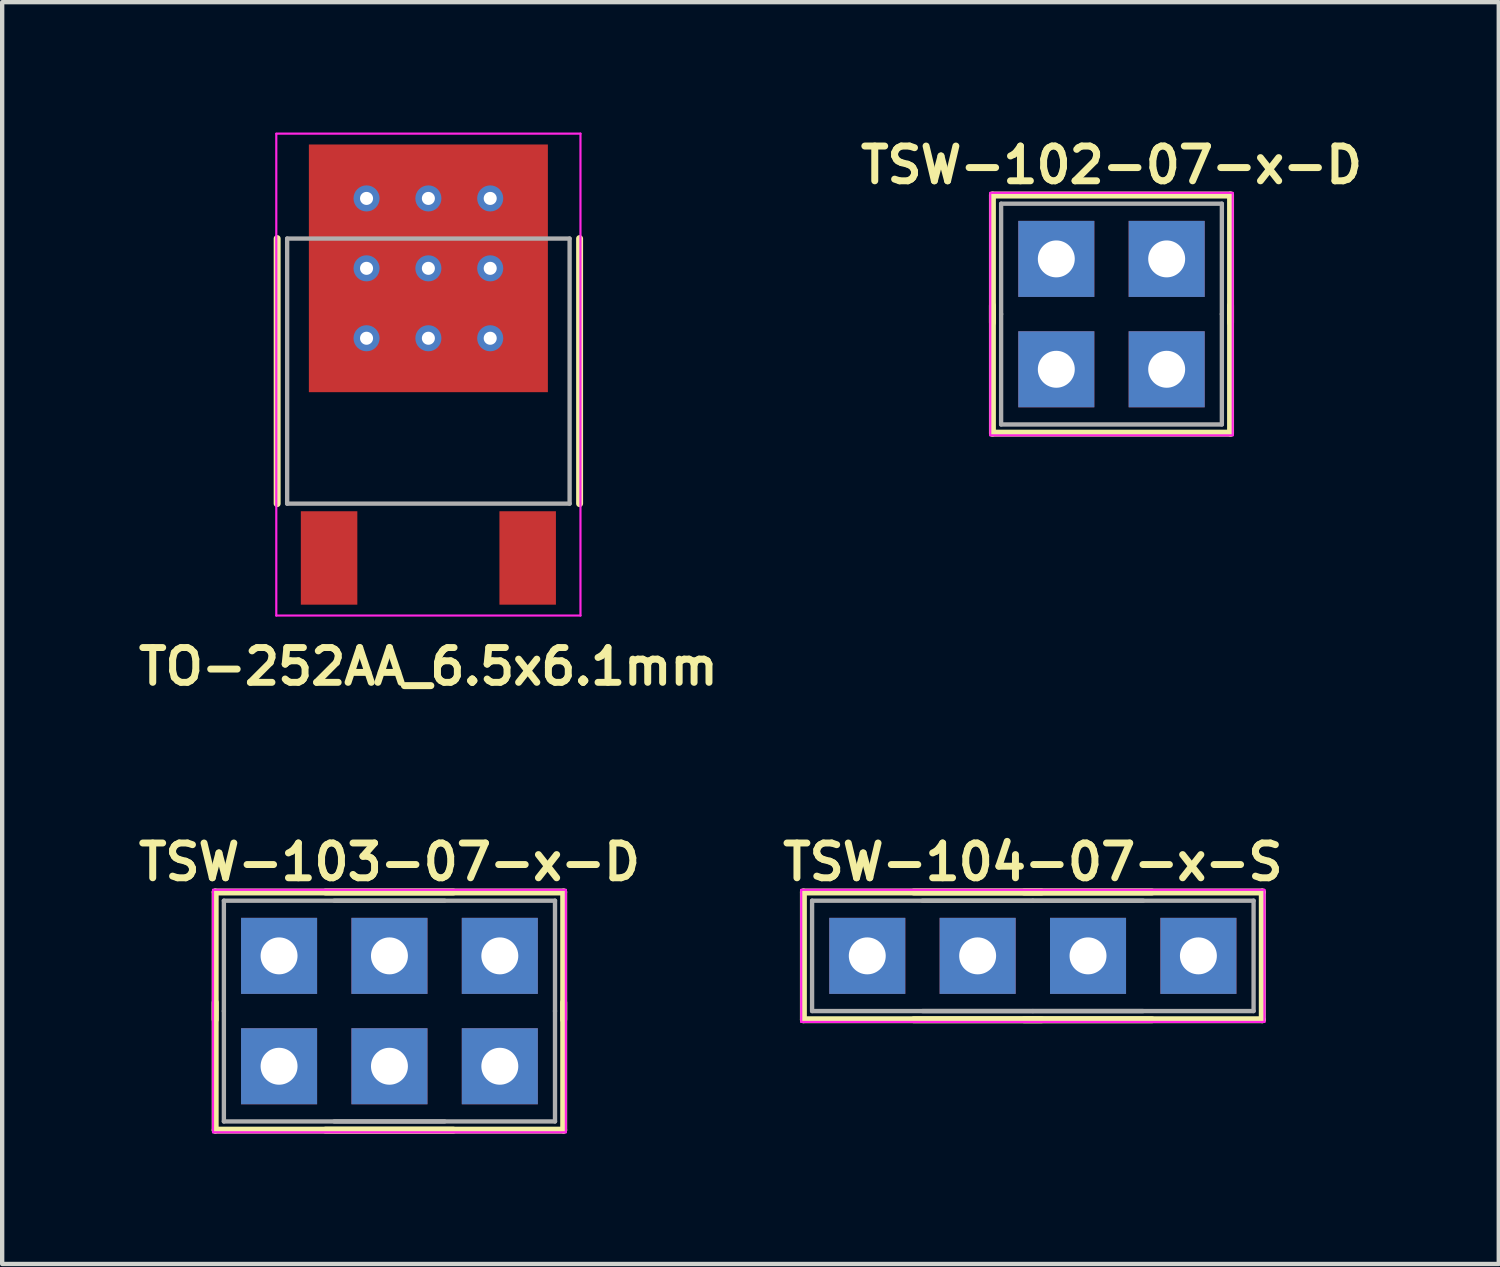
<source format=kicad_pcb>
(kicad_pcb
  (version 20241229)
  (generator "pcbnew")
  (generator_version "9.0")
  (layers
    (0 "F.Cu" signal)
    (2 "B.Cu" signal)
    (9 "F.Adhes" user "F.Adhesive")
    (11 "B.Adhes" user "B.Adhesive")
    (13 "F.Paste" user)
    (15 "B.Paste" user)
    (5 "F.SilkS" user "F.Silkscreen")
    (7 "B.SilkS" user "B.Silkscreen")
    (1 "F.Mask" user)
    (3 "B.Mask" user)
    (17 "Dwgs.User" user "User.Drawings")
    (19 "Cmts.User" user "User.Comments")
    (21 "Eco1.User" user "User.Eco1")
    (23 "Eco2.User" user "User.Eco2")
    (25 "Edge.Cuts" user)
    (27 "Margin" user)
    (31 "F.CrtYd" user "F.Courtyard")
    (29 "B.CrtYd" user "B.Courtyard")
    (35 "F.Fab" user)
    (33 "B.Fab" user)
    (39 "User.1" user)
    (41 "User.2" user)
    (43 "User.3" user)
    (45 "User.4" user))
  (footprint "TSW-103-07-x-D"
    (layer "F.Cu")
    (at 5.912 20.217)
    (property "Reference" "TSW-103-07-x-D" (at 0 -3.429 0) (layer "F.SilkS") (effects (font (size 0.8 0.8) (thickness 0.16))))
    (attr through_hole)
    (fp_line (start -4.01 -2.74) (end -4.01 0.2) (stroke (width 0.16) (type solid)) (layer "F.SilkS"))
    (fp_line (start -4.01 -2.74) (end 1.47 -2.74) (stroke (width 0.16) (type solid)) (layer "F.SilkS"))
    (fp_line (start -4.01 2.74) (end -4.01 -0.2) (stroke (width 0.16) (type solid)) (layer "F.SilkS"))
    (fp_line (start -1.47 -2.74) (end 4.01 -2.74) (stroke (width 0.16) (type solid)) (layer "F.SilkS"))
    (fp_line (start 1.47 2.74) (end -4.01 2.74) (stroke (width 0.16) (type solid)) (layer "F.SilkS"))
    (fp_line (start 4.01 -2.74) (end 4.01 0.2) (stroke (width 0.16) (type solid)) (layer "F.SilkS"))
    (fp_line (start 4.01 2.74) (end -1.47 2.74) (stroke (width 0.16) (type solid)) (layer "F.SilkS"))
    (fp_line (start 4.01 2.74) (end 4.01 -0.2) (stroke (width 0.16) (type solid)) (layer "F.SilkS"))
    (fp_line (start -4.06 -2.79) (end 4.06 -2.79) (stroke (width 0.05) (type solid)) (layer "F.CrtYd"))
    (fp_line (start -4.06 2.79) (end -4.06 -2.79) (stroke (width 0.05) (type solid)) (layer "F.CrtYd"))
    (fp_line (start 4.06 -2.79) (end 4.06 2.79) (stroke (width 0.05) (type solid)) (layer "F.CrtYd"))
    (fp_line (start 4.06 2.79) (end -4.06 2.79) (stroke (width 0.05) (type solid)) (layer "F.CrtYd"))
    (fp_line (start -3.81 -2.54) (end -3.81 0) (stroke (width 0.1) (type solid)) (layer "F.Fab"))
    (fp_line (start -3.81 -2.54) (end 1.27 -2.54) (stroke (width 0.1) (type solid)) (layer "F.Fab"))
    (fp_line (start -3.81 2.54) (end -3.81 0) (stroke (width 0.1) (type solid)) (layer "F.Fab"))
    (fp_line (start -1.27 -2.54) (end 3.81 -2.54) (stroke (width 0.1) (type solid)) (layer "F.Fab"))
    (fp_line (start 1.27 2.54) (end -3.81 2.54) (stroke (width 0.1) (type solid)) (layer "F.Fab"))
    (fp_line (start 3.81 -2.54) (end 3.81 0) (stroke (width 0.1) (type solid)) (layer "F.Fab"))
    (fp_line (start 3.81 2.54) (end -1.27 2.54) (stroke (width 0.1) (type solid)) (layer "F.Fab"))
    (fp_line (start 3.81 2.54) (end 3.81 0) (stroke (width 0.1) (type solid)) (layer "F.Fab"))
    (pad "1" thru_hole rect (at -2.54 1.27 180) (size 1.75 1.75) (drill 0.85) (layers "*.Cu" "*.Mask"))
    (pad "2" thru_hole rect (at -2.54 -1.27) (size 1.75 1.75) (drill 0.85) (layers "*.Cu" "*.Mask"))
    (pad "3" thru_hole rect (at 0 1.27 180) (size 1.75 1.75) (drill 0.85) (layers "*.Cu" "*.Mask"))
    (pad "4" thru_hole rect (at 0 -1.27) (size 1.75 1.75) (drill 0.85) (layers "*.Cu" "*.Mask"))
    (pad "5" thru_hole rect (at 2.54 1.27 180) (size 1.75 1.75) (drill 0.85) (layers "*.Cu" "*.Mask"))
    (pad "6" thru_hole rect (at 2.54 -1.27) (size 1.75 1.75) (drill 0.85) (layers "*.Cu" "*.Mask")))
  (footprint "TO-252AA_6.5x6.1mm"
    (layer "F.Cu")
    (at 6.808 9.79)
    (property "Reference" "TO-252AA_6.5x6.1mm" (at 0 2.5 0) (layer "F.SilkS") (effects (font (size 0.8 0.8) (thickness 0.16))))
    (attr through_hole)
    (fp_line (start -3.48 -7.35) (end -3.48 -1.25) (stroke (width 0.16) (type solid)) (layer "F.SilkS"))
    (fp_line (start 3.48 -7.35) (end 3.48 -1.25) (stroke (width 0.16) (type solid)) (layer "F.SilkS"))
    (fp_line (start -3.5 1.325) (end -3.5 -9.76) (stroke (width 0.05) (type solid)) (layer "F.CrtYd"))
    (fp_line (start -3.5 1.325) (end 3.5 1.325) (stroke (width 0.05) (type solid)) (layer "F.CrtYd"))
    (fp_line (start 3.5 -9.765) (end -3.5 -9.765) (stroke (width 0.05) (type solid)) (layer "F.CrtYd"))
    (fp_line (start 3.5 -9.765) (end 3.5 1.325) (stroke (width 0.05) (type solid)) (layer "F.CrtYd"))
    (fp_line (start -3.25 -7.35) (end -3.25 -1.25) (stroke (width 0.1) (type solid)) (layer "F.Fab"))
    (fp_line (start -3.25 -7.35) (end 3.25 -7.35) (stroke (width 0.1) (type solid)) (layer "F.Fab"))
    (fp_line (start 3.25 -1.25) (end -3.25 -1.25) (stroke (width 0.1) (type solid)) (layer "F.Fab"))
    (fp_line (start 3.25 -1.25) (end 3.25 -7.35) (stroke (width 0.1) (type solid)) (layer "F.Fab"))
    (pad "" smd rect (at -1.98 -8.69) (size 1.12 1.15) (layers "F.Paste"))
    (pad "" smd rect (at -1.98 -7.34) (size 1.12 1.15) (layers "F.Paste"))
    (pad "" smd rect (at -1.98 -5.99) (size 1.12 1.15) (layers "F.Paste"))
    (pad "" smd rect (at -1.98 -4.64) (size 1.12 1.15) (layers "F.Paste"))
    (pad "" smd rect (at -0.66 -8.69) (size 1.12 1.15) (layers "F.Paste"))
    (pad "" smd rect (at -0.66 -7.34) (size 1.12 1.15) (layers "F.Paste"))
    (pad "" smd rect (at -0.66 -5.99) (size 1.12 1.15) (layers "F.Paste"))
    (pad "" smd rect (at -0.66 -4.64) (size 1.12 1.15) (layers "F.Paste"))
    (pad "" smd rect (at 0.66 -8.69) (size 1.12 1.15) (layers "F.Paste"))
    (pad "" smd rect (at 0.66 -7.34) (size 1.12 1.15) (layers "F.Paste"))
    (pad "" smd rect (at 0.66 -5.99) (size 1.12 1.15) (layers "F.Paste"))
    (pad "" smd rect (at 0.66 -4.64) (size 1.12 1.15) (layers "F.Paste"))
    (pad "" smd rect (at 1.98 -8.69) (size 1.12 1.15) (layers "F.Paste"))
    (pad "" smd rect (at 1.98 -7.34) (size 1.12 1.15) (layers "F.Paste"))
    (pad "" smd rect (at 1.98 -5.99) (size 1.12 1.15) (layers "F.Paste"))
    (pad "" smd rect (at 1.98 -4.64) (size 1.12 1.15) (layers "F.Paste"))
    (pad "1" smd rect (at -2.285 0) (size 1.3 2.15) (layers "F.Cu" "F.Mask" "F.Paste"))
    (pad "2" smd rect (at 2.285 0 180) (size 1.3 2.15) (layers "F.Cu" "F.Mask" "F.Paste"))
    (pad "3" thru_hole circle (at -1.423 -8.274) (size 0.6 0.6) (drill 0.3) (layers "*.Cu"))
    (pad "3" thru_hole circle (at -1.423 -6.665) (size 0.6 0.6) (drill 0.3) (layers "*.Cu"))
    (pad "3" thru_hole circle (at -1.423 -5.056) (size 0.6 0.6) (drill 0.3) (layers "*.Cu"))
    (pad "3" thru_hole circle (at 0 -8.274) (size 0.6 0.6) (drill 0.3) (layers "*.Cu"))
    (pad "3" thru_hole circle (at 0 -6.665) (size 0.6 0.6) (drill 0.3) (layers "*.Cu"))
    (pad "3" smd rect (at 0 -6.665) (size 5.5 5.7) (layers "F.Cu" "F.Mask"))
    (pad "3" thru_hole circle (at 0 -5.056) (size 0.6 0.6) (drill 0.3) (layers "*.Cu"))
    (pad "3" thru_hole circle (at 1.423 -8.274) (size 0.6 0.6) (drill 0.3) (layers "*.Cu"))
    (pad "3" thru_hole circle (at 1.423 -6.665) (size 0.6 0.6) (drill 0.3) (layers "*.Cu"))
    (pad "3" thru_hole circle (at 1.423 -5.056) (size 0.6 0.6) (drill 0.3) (layers "*.Cu")))
  (footprint "TSW-102-07-x-D"
    (layer "F.Cu")
    (at 22.528 4.178)
    (property "Reference" "TSW-102-07-x-D" (at 0 -3.429 0) (layer "F.SilkS") (effects (font (size 0.8 0.8) (thickness 0.16))))
    (attr through_hole)
    (fp_line (start -2.74 -2.74) (end -2.74 0.2) (stroke (width 0.16) (type solid)) (layer "F.SilkS"))
    (fp_line (start -2.74 -2.74) (end 2.74 -2.74) (stroke (width 0.16) (type solid)) (layer "F.SilkS"))
    (fp_line (start -2.74 2.74) (end -2.74 -0.2) (stroke (width 0.16) (type solid)) (layer "F.SilkS"))
    (fp_line (start 2.74 -2.74) (end 2.74 0.2) (stroke (width 0.16) (type solid)) (layer "F.SilkS"))
    (fp_line (start 2.74 2.74) (end -2.74 2.74) (stroke (width 0.16) (type solid)) (layer "F.SilkS"))
    (fp_line (start 2.74 2.74) (end 2.74 -0.2) (stroke (width 0.16) (type solid)) (layer "F.SilkS"))
    (fp_line (start -2.79 -2.79) (end 2.79 -2.79) (stroke (width 0.05) (type solid)) (layer "F.CrtYd"))
    (fp_line (start -2.79 2.79) (end -2.79 -2.79) (stroke (width 0.05) (type solid)) (layer "F.CrtYd"))
    (fp_line (start 2.79 -2.79) (end 2.79 2.79) (stroke (width 0.05) (type solid)) (layer "F.CrtYd"))
    (fp_line (start 2.79 2.79) (end -2.79 2.79) (stroke (width 0.05) (type solid)) (layer "F.CrtYd"))
    (fp_line (start -2.54 -2.54) (end -2.54 0) (stroke (width 0.1) (type solid)) (layer "F.Fab"))
    (fp_line (start -2.54 -2.54) (end 2.54 -2.54) (stroke (width 0.1) (type solid)) (layer "F.Fab"))
    (fp_line (start -2.54 2.54) (end -2.54 0) (stroke (width 0.1) (type solid)) (layer "F.Fab"))
    (fp_line (start 2.54 -2.54) (end 2.54 0) (stroke (width 0.1) (type solid)) (layer "F.Fab"))
    (fp_line (start 2.54 2.54) (end -2.54 2.54) (stroke (width 0.1) (type solid)) (layer "F.Fab"))
    (fp_line (start 2.54 2.54) (end 2.54 0) (stroke (width 0.1) (type solid)) (layer "F.Fab"))
    (pad "1" thru_hole rect (at -1.27 1.27 180) (size 1.75 1.75) (drill 0.85) (layers "*.Cu" "*.Mask"))
    (pad "2" thru_hole rect (at -1.27 -1.27) (size 1.75 1.75) (drill 0.85) (layers "*.Cu" "*.Mask"))
    (pad "3" thru_hole rect (at 1.27 1.27 180) (size 1.75 1.75) (drill 0.85) (layers "*.Cu" "*.Mask"))
    (pad "4" thru_hole rect (at 1.27 -1.27) (size 1.75 1.75) (drill 0.85) (layers "*.Cu" "*.Mask")))
  (footprint "TSW-104-07-x-S"
    (layer "F.Cu")
    (at 20.718 18.947)
    (property "Reference" "TSW-104-07-x-S" (at 0 -2.159 0) (layer "F.SilkS") (effects (font (size 0.8 0.8) (thickness 0.16))))
    (attr through_hole)
    (fp_line (start -5.28 -1.47) (end -5.28 1.47) (stroke (width 0.16) (type solid)) (layer "F.SilkS"))
    (fp_line (start -5.28 -1.47) (end 0.2 -1.47) (stroke (width 0.16) (type solid)) (layer "F.SilkS"))
    (fp_line (start -2.74 -1.47) (end 2.74 -1.47) (stroke (width 0.16) (type solid)) (layer "F.SilkS"))
    (fp_line (start -0.2 -1.47) (end 5.28 -1.47) (stroke (width 0.16) (type solid)) (layer "F.SilkS"))
    (fp_line (start 0.2 1.47) (end -5.28 1.47) (stroke (width 0.16) (type solid)) (layer "F.SilkS"))
    (fp_line (start 2.74 1.47) (end -2.74 1.47) (stroke (width 0.16) (type solid)) (layer "F.SilkS"))
    (fp_line (start 5.28 -1.47) (end 5.28 1.47) (stroke (width 0.16) (type solid)) (layer "F.SilkS"))
    (fp_line (start 5.28 1.47) (end -0.2 1.47) (stroke (width 0.16) (type solid)) (layer "F.SilkS"))
    (fp_line (start -5.33 -1.52) (end 5.33 -1.52) (stroke (width 0.05) (type solid)) (layer "F.CrtYd"))
    (fp_line (start -5.33 1.52) (end -5.33 -1.52) (stroke (width 0.05) (type solid)) (layer "F.CrtYd"))
    (fp_line (start 5.33 -1.52) (end 5.33 1.52) (stroke (width 0.05) (type solid)) (layer "F.CrtYd"))
    (fp_line (start 5.33 1.52) (end -5.33 1.52) (stroke (width 0.05) (type solid)) (layer "F.CrtYd"))
    (fp_line (start -5.08 -1.27) (end -5.08 1.27) (stroke (width 0.1) (type solid)) (layer "F.Fab"))
    (fp_line (start -5.08 -1.27) (end 0 -1.27) (stroke (width 0.1) (type solid)) (layer "F.Fab"))
    (fp_line (start -5.08 1.27) (end 0 1.27) (stroke (width 0.1) (type solid)) (layer "F.Fab"))
    (fp_line (start -2.54 -1.27) (end 2.54 -1.27) (stroke (width 0.1) (type solid)) (layer "F.Fab"))
    (fp_line (start -2.54 1.27) (end 2.54 1.27) (stroke (width 0.1) (type solid)) (layer "F.Fab"))
    (fp_line (start 0 -1.27) (end 5.08 -1.27) (stroke (width 0.1) (type solid)) (layer "F.Fab"))
    (fp_line (start 0 1.27) (end 5.08 1.27) (stroke (width 0.1) (type solid)) (layer "F.Fab"))
    (fp_line (start 5.08 -1.27) (end 5.08 1.27) (stroke (width 0.1) (type solid)) (layer "F.Fab"))
    (pad "1" thru_hole rect (at -3.81 0) (size 1.75 1.75) (drill 0.85) (layers "*.Cu" "*.Mask"))
    (pad "2" thru_hole rect (at -1.27 0) (size 1.75 1.75) (drill 0.85) (layers "*.Cu" "*.Mask"))
    (pad "3" thru_hole rect (at 1.27 0) (size 1.75 1.75) (drill 0.85) (layers "*.Cu" "*.Mask"))
    (pad "4" thru_hole rect (at 3.81 0) (size 1.75 1.75) (drill 0.85) (layers "*.Cu" "*.Mask")))
  (gr_rect
    (start -3 -3)
    (end 31.44 26.037)
    (stroke (width 0.1) (type default))
    (fill no)
    (layer "Edge.Cuts")))
</source>
